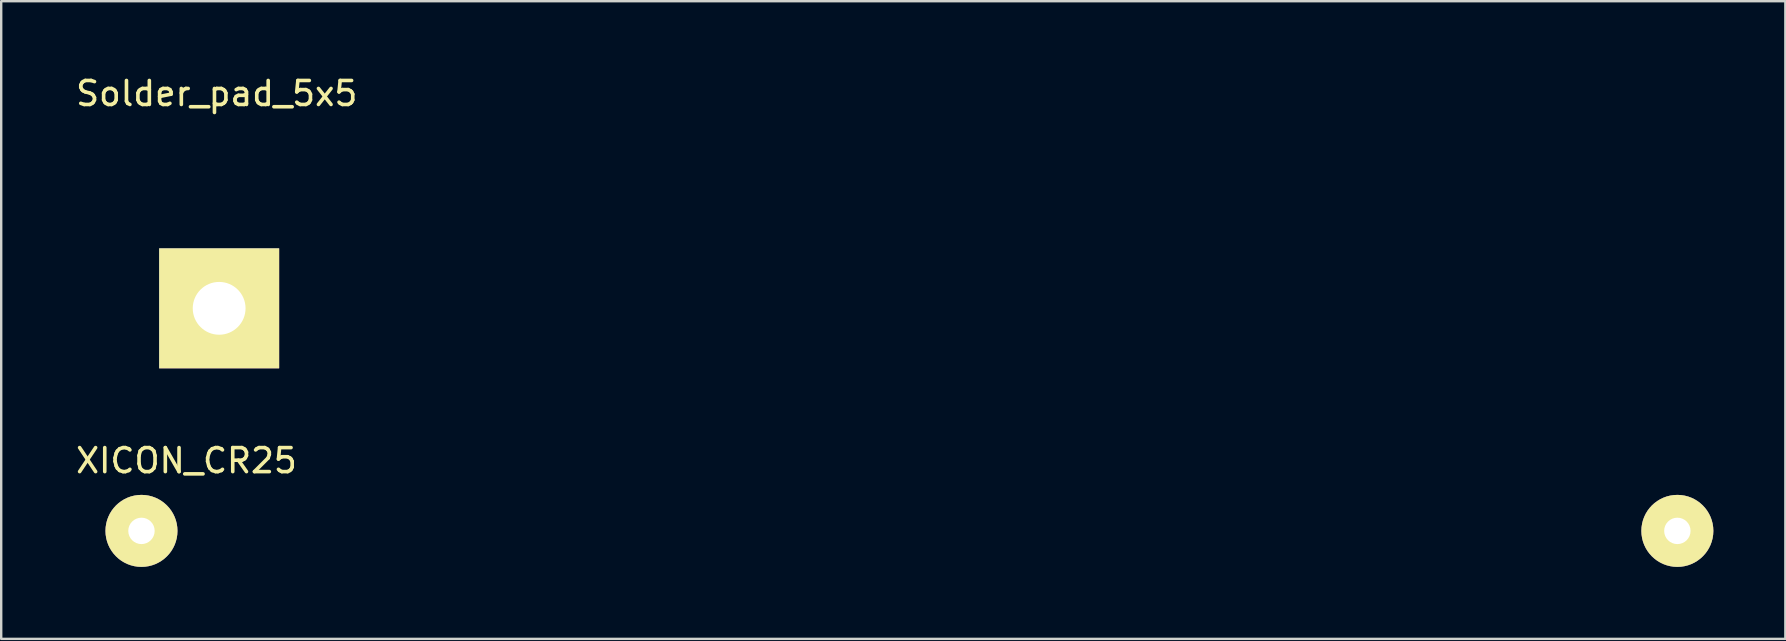
<source format=kicad_pcb>
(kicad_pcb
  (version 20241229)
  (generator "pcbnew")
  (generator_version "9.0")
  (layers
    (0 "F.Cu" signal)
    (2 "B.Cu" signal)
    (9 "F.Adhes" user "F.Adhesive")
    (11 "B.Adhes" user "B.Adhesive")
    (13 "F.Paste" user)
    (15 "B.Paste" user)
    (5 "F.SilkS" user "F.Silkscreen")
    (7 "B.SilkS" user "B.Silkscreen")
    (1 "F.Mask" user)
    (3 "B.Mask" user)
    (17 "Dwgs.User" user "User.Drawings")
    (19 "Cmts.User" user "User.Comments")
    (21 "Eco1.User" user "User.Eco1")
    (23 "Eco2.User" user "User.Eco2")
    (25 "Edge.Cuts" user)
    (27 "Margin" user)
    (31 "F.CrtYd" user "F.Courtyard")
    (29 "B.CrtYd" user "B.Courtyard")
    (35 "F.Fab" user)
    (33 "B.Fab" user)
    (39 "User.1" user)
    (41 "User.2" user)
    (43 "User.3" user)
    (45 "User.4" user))
  (footprint "Solder_pad_5x5"
    (layer "F.Cu")
    (at 5.982 9.748)
    (property "Reference" "Solder_pad_5x5" (at 0 -8.9 0) (layer "F.SilkS") (effects (font (size 1 1) (thickness 0.15))))
    (attr through_hole)
    (pad "1" thru_hole rect (at 0.1 0.05) (size 5 5) (drill 2.2) (layers "*.Cu" "*.Mask" "F.SilkS")))
  (footprint "XICON_CR25"
    (layer "F.Cu")
    (at 34.845 19.072)
    (property "Reference" "XICON_CR25" (at -30.125 -2.925 0) (layer "F.SilkS") (effects (font (size 1 1) (thickness 0.15))))
    (attr through_hole)
    (pad "1" thru_hole circle (at -32 0) (size 3 3) (drill 1.1) (layers "*.Cu" "*.Mask" "F.SilkS"))
    (pad "2" thru_hole circle (at 32 0) (size 3 3) (drill 1.1) (layers "*.Cu" "*.Mask" "F.SilkS")))
  (gr_rect
    (start -3 -3)
    (end 71.345 23.572)
    (stroke (width 0.1) (type default))
    (fill no)
    (layer "Edge.Cuts")))
</source>
